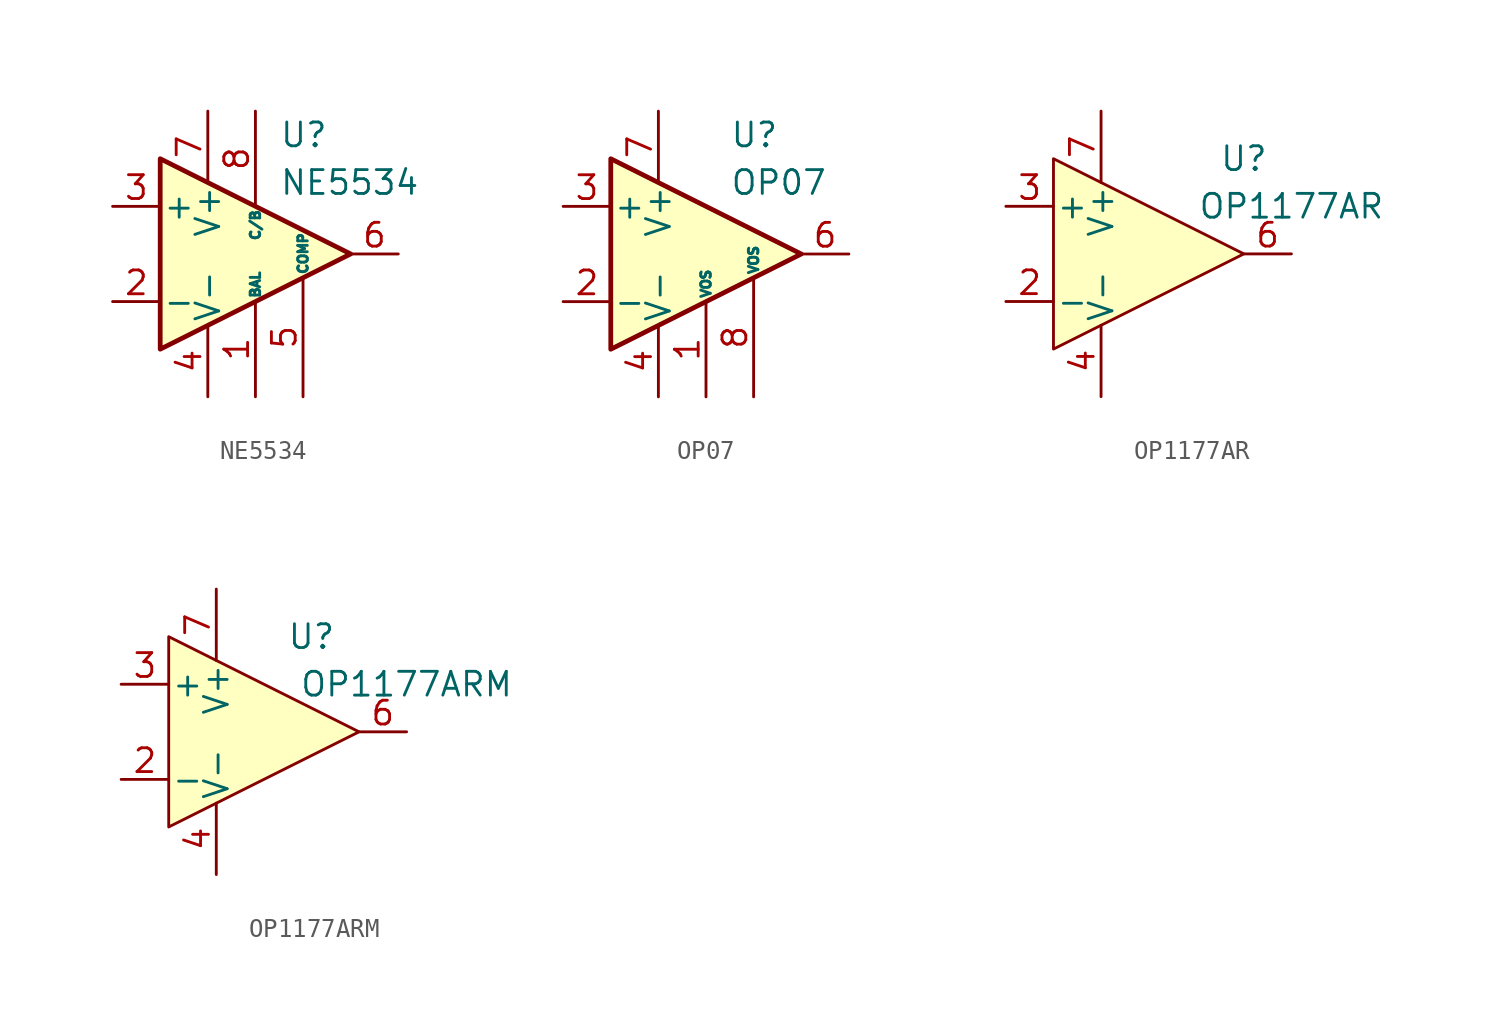
<source format=kicad_sym>
(kicad_symbol_lib
  (version 20231120)
  (generator "kicad_symbol_editor")
  (generator_version "8.0")
  (symbol "NE5534"
    (pin_names
      (offset 0.127))
    (property "Reference" "U"
      (at 1.27 6.35 0)
      (effects (font (size 1.27 1.27)) (justify left)))
    (property "Value" "NE5534"
      (at 1.27 3.81 0)
      (effects (font (size 1.27 1.27)) (justify left)))
    (symbol "NE5534_0_1"
      (polyline (pts (xy -5.08 5.08) (xy 5.08 0) (xy -5.08 -5.08) (xy -5.08 5.08)) (stroke (width 0.254) (type default)) (fill (type background))))
    (symbol "NE5534_1_1"
      (pin input line (at 0 -7.62 90) (length 5.08) (name "BAL" (effects (font (size 0.508 0.508)))) (number "1" (effects (font (size 1.27 1.27)))))
      (pin input line (at -7.62 -2.54 0) (length 2.54) (name "-" (effects (font (size 1.27 1.27)))) (number "2" (effects (font (size 1.27 1.27)))))
      (pin input line (at -7.62 2.54 0) (length 2.54) (name "+" (effects (font (size 1.27 1.27)))) (number "3" (effects (font (size 1.27 1.27)))))
      (pin power_in line (at -2.54 -7.62 90) (length 3.81) (name "V-" (effects (font (size 1.27 1.27)))) (number "4" (effects (font (size 1.27 1.27)))))
      (pin input line (at 2.54 -7.62 90) (length 6.35) (name "COMP" (effects (font (size 0.508 0.508)))) (number "5" (effects (font (size 1.27 1.27)))))
      (pin output line (at 7.62 0 180) (length 2.54) (name "~" (effects (font (size 1.27 1.27)))) (number "6" (effects (font (size 1.27 1.27)))))
      (pin power_in line (at -2.54 7.62 270) (length 3.81) (name "V+" (effects (font (size 1.27 1.27)))) (number "7" (effects (font (size 1.27 1.27)))))
      (pin input line (at 0 7.62 270) (length 5.08) (name "C/B" (effects (font (size 0.508 0.508)))) (number "8" (effects (font (size 1.27 1.27)))))))
  (symbol "OP07"
    (pin_names
      (offset 0.127))
    (property "Reference" "U"
      (at 1.27 6.35 0)
      (effects (font (size 1.27 1.27)) (justify left)))
    (property "Value" "OP07"
      (at 1.27 3.81 0)
      (effects (font (size 1.27 1.27)) (justify left)))
    (symbol "OP07_0_1"
      (polyline (pts (xy -5.08 5.08) (xy 5.08 0) (xy -5.08 -5.08) (xy -5.08 5.08)) (stroke (width 0.254) (type default)) (fill (type background))))
    (symbol "OP07_1_1"
      (pin input line (at 0 -7.62 90) (length 5.08) (name "VOS" (effects (font (size 0.508 0.508)))) (number "1" (effects (font (size 1.27 1.27)))))
      (pin input line (at -7.62 -2.54 0) (length 2.54) (name "-" (effects (font (size 1.27 1.27)))) (number "2" (effects (font (size 1.27 1.27)))))
      (pin input line (at -7.62 2.54 0) (length 2.54) (name "+" (effects (font (size 1.27 1.27)))) (number "3" (effects (font (size 1.27 1.27)))))
      (pin power_in line (at -2.54 -7.62 90) (length 3.81) (name "V-" (effects (font (size 1.27 1.27)))) (number "4" (effects (font (size 1.27 1.27)))))
      (pin no_connect line (at 0 2.54 270) (length 2.54) hide (name "NC" (effects (font (size 1.27 1.27)))) (number "5" (effects (font (size 1.27 1.27)))))
      (pin output line (at 7.62 0 180) (length 2.54) (name "~" (effects (font (size 1.27 1.27)))) (number "6" (effects (font (size 1.27 1.27)))))
      (pin power_in line (at -2.54 7.62 270) (length 3.81) (name "V+" (effects (font (size 1.27 1.27)))) (number "7" (effects (font (size 1.27 1.27)))))
      (pin input line (at 2.54 -7.62 90) (length 6.35) (name "VOS" (effects (font (size 0.508 0.508)))) (number "8" (effects (font (size 1.27 1.27)))))))
  (symbol "OP1177AR"
    (pin_names
      (offset 0.127))
    (property "Reference" "U"
      (at 5.08 5.08 0)
      (effects (font (size 1.27 1.27))))
    (property "Value" "OP1177AR"
      (at 7.62 2.54 0)
      (effects (font (size 1.27 1.27))))
    (symbol "OP1177AR_0_1"
      (polyline (pts (xy -5.08 5.08) (xy -5.08 -5.08) (xy 5.08 0) (xy -5.08 5.08)) (stroke (width 0) (type default)) (fill (type background))))
    (symbol "OP1177AR_1_1"
      (pin no_connect line (at -5.08 0 0) (length 3.81) hide (name "NC" (effects (font (size 1.27 1.27)))) (number "1" (effects (font (size 1.27 1.27)))))
      (pin input line (at -7.62 -2.54 0) (length 2.54) (name "-" (effects (font (size 1.27 1.27)))) (number "2" (effects (font (size 1.27 1.27)))))
      (pin input line (at -7.62 2.54 0) (length 2.54) (name "+" (effects (font (size 1.27 1.27)))) (number "3" (effects (font (size 1.27 1.27)))))
      (pin power_in line (at -2.54 -7.62 90) (length 3.81) (name "V-" (effects (font (size 1.27 1.27)))) (number "4" (effects (font (size 1.27 1.27)))))
      (pin no_connect line (at 0 -2.54 90) (length 3.81) hide (name "NC" (effects (font (size 1.27 1.27)))) (number "5" (effects (font (size 1.27 1.27)))))
      (pin output line (at 7.62 0 180) (length 2.54) (name "~" (effects (font (size 1.27 1.27)))) (number "6" (effects (font (size 1.27 1.27)))))
      (pin power_in line (at -2.54 7.62 270) (length 3.81) (name "V+" (effects (font (size 1.27 1.27)))) (number "7" (effects (font (size 1.27 1.27)))))
      (pin no_connect line (at 0 2.54 270) (length 3.81) hide (name "NC" (effects (font (size 1.27 1.27)))) (number "8" (effects (font (size 1.27 1.27)))))))
  (symbol "OP1177ARM"
    (pin_names
      (offset 0.127))
    (property "Reference" "U"
      (at 2.54 5.08 0)
      (effects (font (size 1.27 1.27))))
    (property "Value" "OP1177ARM"
      (at 7.62 2.54 0)
      (effects (font (size 1.27 1.27))))
    (symbol "OP1177ARM_0_1"
      (polyline (pts (xy -5.08 5.08) (xy -5.08 -5.08) (xy 5.08 0) (xy -5.08 5.08)) (stroke (width 0) (type default)) (fill (type background))))
    (symbol "OP1177ARM_1_1"
      (pin no_connect line (at -5.08 0 0) (length 3.81) hide (name "NC" (effects (font (size 1.27 1.27)))) (number "1" (effects (font (size 1.27 1.27)))))
      (pin input line (at -7.62 -2.54 0) (length 2.54) (name "-" (effects (font (size 1.27 1.27)))) (number "2" (effects (font (size 1.27 1.27)))))
      (pin input line (at -7.62 2.54 0) (length 2.54) (name "+" (effects (font (size 1.27 1.27)))) (number "3" (effects (font (size 1.27 1.27)))))
      (pin power_in line (at -2.54 -7.62 90) (length 3.81) (name "V-" (effects (font (size 1.27 1.27)))) (number "4" (effects (font (size 1.27 1.27)))))
      (pin no_connect line (at 0 -2.54 90) (length 3.81) hide (name "NC" (effects (font (size 1.27 1.27)))) (number "5" (effects (font (size 1.27 1.27)))))
      (pin output line (at 7.62 0 180) (length 2.54) (name "~" (effects (font (size 1.27 1.27)))) (number "6" (effects (font (size 1.27 1.27)))))
      (pin power_in line (at -2.54 7.62 270) (length 3.81) (name "V+" (effects (font (size 1.27 1.27)))) (number "7" (effects (font (size 1.27 1.27)))))
      (pin no_connect line (at 0 2.54 270) (length 3.81) hide (name "NC" (effects (font (size 1.27 1.27)))) (number "8" (effects (font (size 1.27 1.27))))))))
</source>
